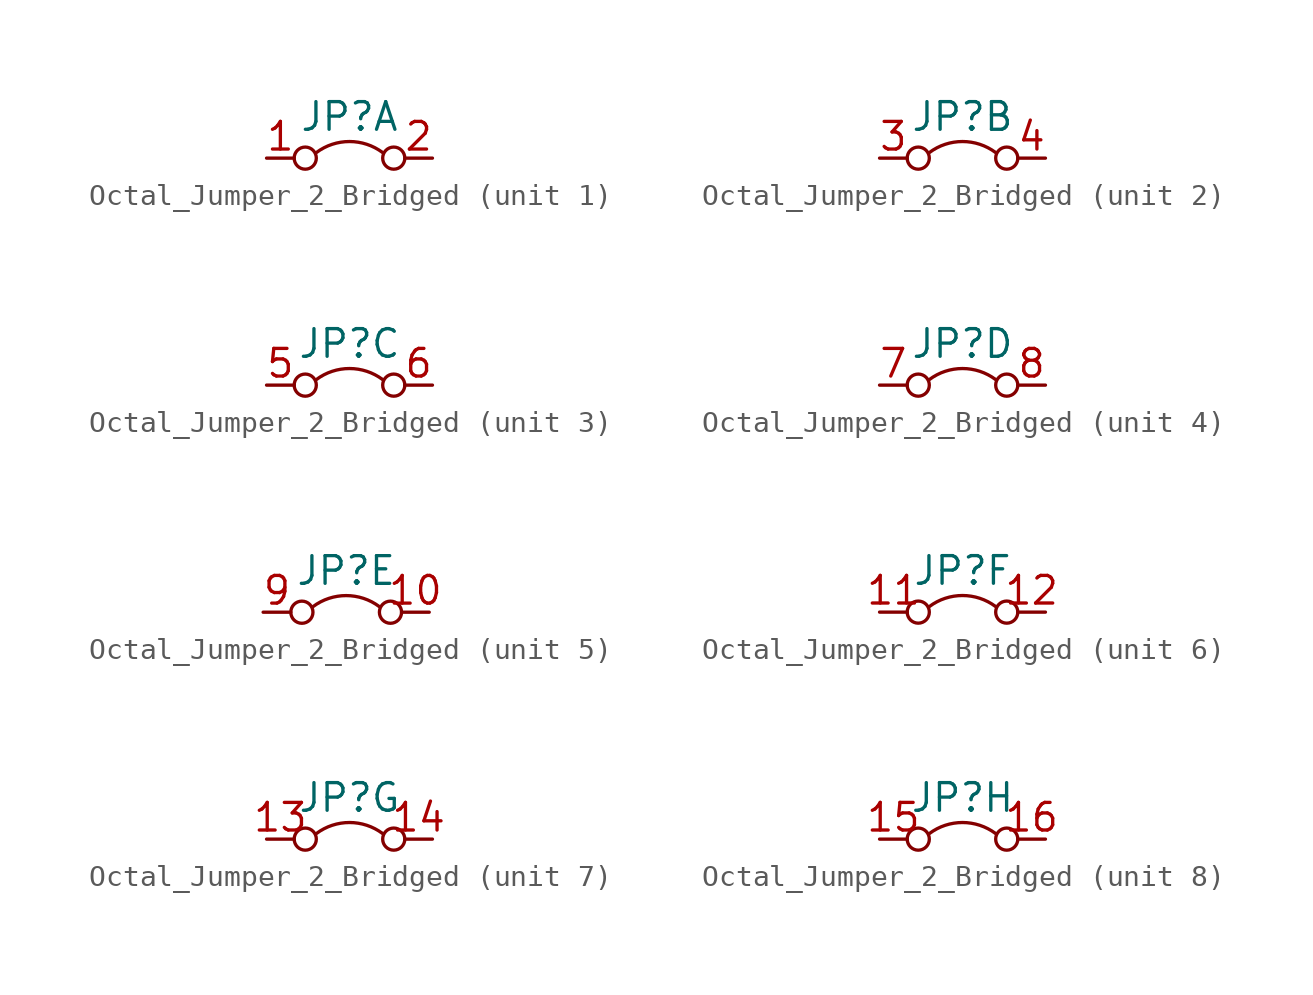
<source format=kicad_sym>
(kicad_symbol_lib
  (version 20220914)
  (generator kicad_symbol_editor)
  (symbol "Octal_Jumper_2_Bridged"
    (pin_names
      (offset 0) hide)
    (property "Reference" "JP"
      (at 0 1.905 0)
      (effects (font (size 1.27 1.27))))
    (symbol "Octal_Jumper_2_Bridged_0_0"
      (circle (center -2.032 0) (radius 0.508) (stroke (width 0) (type default)) (fill (type none)))
      (circle (center 2.032 0) (radius 0.508) (stroke (width 0) (type default)) (fill (type none))))
    (symbol "Octal_Jumper_2_Bridged_0_1"
      (arc (start 1.524 0.254) (mid 0 0.762) (end -1.524 0.254) (stroke (width 0) (type default)) (fill (type none))))
    (symbol "Octal_Jumper_2_Bridged_1_1"
      (pin passive line (at -3.81 0 0) (length 1.27) (name "A" (effects (font (size 1.27 1.27)))) (number "1" (effects (font (size 1.27 1.27)))))
      (pin passive line (at 3.81 0 180) (length 1.27) (name "B" (effects (font (size 1.27 1.27)))) (number "2" (effects (font (size 1.27 1.27))))))
    (symbol "Octal_Jumper_2_Bridged_2_1"
      (pin passive line (at -3.81 0 0) (length 1.27) (name "A" (effects (font (size 1.27 1.27)))) (number "3" (effects (font (size 1.27 1.27)))))
      (pin passive line (at 3.81 0 180) (length 1.27) (name "B" (effects (font (size 1.27 1.27)))) (number "4" (effects (font (size 1.27 1.27))))))
    (symbol "Octal_Jumper_2_Bridged_3_1"
      (pin passive line (at -3.81 0 0) (length 1.27) (name "A" (effects (font (size 1.27 1.27)))) (number "5" (effects (font (size 1.27 1.27)))))
      (pin passive line (at 3.81 0 180) (length 1.27) (name "B" (effects (font (size 1.27 1.27)))) (number "6" (effects (font (size 1.27 1.27))))))
    (symbol "Octal_Jumper_2_Bridged_4_1"
      (pin passive line (at -3.81 0 0) (length 1.27) (name "A" (effects (font (size 1.27 1.27)))) (number "7" (effects (font (size 1.27 1.27)))))
      (pin passive line (at 3.81 0 180) (length 1.27) (name "B" (effects (font (size 1.27 1.27)))) (number "8" (effects (font (size 1.27 1.27))))))
    (symbol "Octal_Jumper_2_Bridged_5_1"
      (pin passive line (at 3.81 0 180) (length 1.27) (name "B" (effects (font (size 1.27 1.27)))) (number "10" (effects (font (size 1.27 1.27)))))
      (pin passive line (at -3.81 0 0) (length 1.27) (name "A" (effects (font (size 1.27 1.27)))) (number "9" (effects (font (size 1.27 1.27))))))
    (symbol "Octal_Jumper_2_Bridged_6_1"
      (pin passive line (at -3.81 0 0) (length 1.27) (name "A" (effects (font (size 1.27 1.27)))) (number "11" (effects (font (size 1.27 1.27)))))
      (pin passive line (at 3.81 0 180) (length 1.27) (name "B" (effects (font (size 1.27 1.27)))) (number "12" (effects (font (size 1.27 1.27))))))
    (symbol "Octal_Jumper_2_Bridged_7_1"
      (pin passive line (at -3.81 0 0) (length 1.27) (name "A" (effects (font (size 1.27 1.27)))) (number "13" (effects (font (size 1.27 1.27)))))
      (pin passive line (at 3.81 0 180) (length 1.27) (name "B" (effects (font (size 1.27 1.27)))) (number "14" (effects (font (size 1.27 1.27))))))
    (symbol "Octal_Jumper_2_Bridged_8_1"
      (pin passive line (at -3.81 0 0) (length 1.27) (name "A" (effects (font (size 1.27 1.27)))) (number "15" (effects (font (size 1.27 1.27)))))
      (pin passive line (at 3.81 0 180) (length 1.27) (name "B" (effects (font (size 1.27 1.27)))) (number "16" (effects (font (size 1.27 1.27))))))))
</source>
